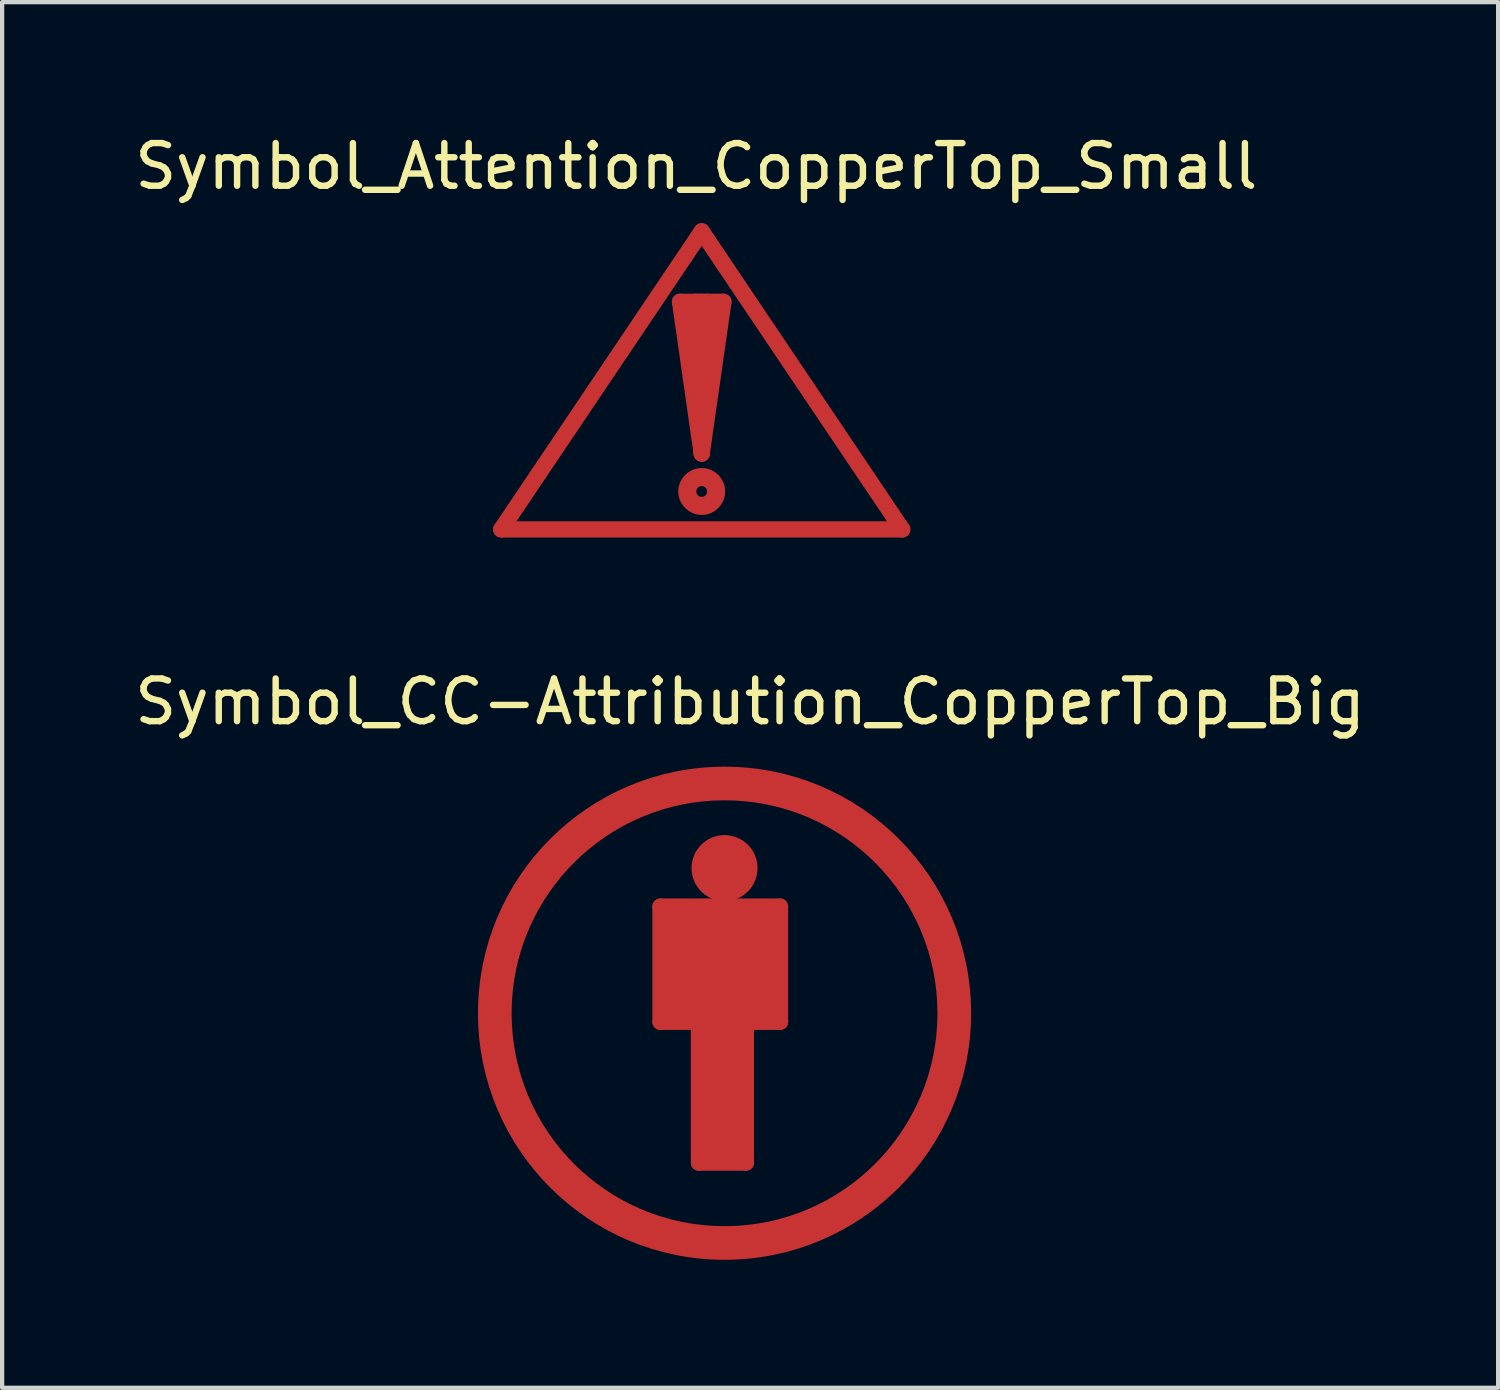
<source format=kicad_pcb>
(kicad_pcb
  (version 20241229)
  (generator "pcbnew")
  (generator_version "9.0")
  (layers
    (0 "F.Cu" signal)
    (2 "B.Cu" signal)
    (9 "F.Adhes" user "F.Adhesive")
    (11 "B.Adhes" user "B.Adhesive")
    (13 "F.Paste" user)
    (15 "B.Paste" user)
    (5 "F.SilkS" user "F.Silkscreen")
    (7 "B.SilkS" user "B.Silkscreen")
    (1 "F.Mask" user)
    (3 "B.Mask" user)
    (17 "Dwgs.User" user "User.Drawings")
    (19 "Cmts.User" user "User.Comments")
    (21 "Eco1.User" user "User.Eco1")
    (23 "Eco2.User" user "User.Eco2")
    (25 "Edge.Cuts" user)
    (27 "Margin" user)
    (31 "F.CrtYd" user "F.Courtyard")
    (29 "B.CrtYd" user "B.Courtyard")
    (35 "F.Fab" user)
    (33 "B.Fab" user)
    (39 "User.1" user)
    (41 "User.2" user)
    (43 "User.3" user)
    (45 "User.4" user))
  (footprint "Symbol_Attention_CopperTop_Small"
    (layer "F.Cu")
    (at 13.395 6.563)
    (property "Reference" "Symbol_Attention_CopperTop_Small" (at -0.127 -5.715 0) (layer "F.SilkS") (effects (font (size 1 1) (thickness 0.15))))
    (attr through_hole)
    (fp_line (start -4.699 2.794) (end 0 -4.191) (stroke (width 0.381) (type solid)) (layer "F.Cu"))
    (fp_line (start -0.508 -2.54) (end 0 -2.54) (stroke (width 0.381) (type solid)) (layer "F.Cu"))
    (fp_line (start 0 -4.191) (end 4.699 2.794) (stroke (width 0.381) (type solid)) (layer "F.Cu"))
    (fp_line (start 0 -2.54) (end 0.508 -2.54) (stroke (width 0.381) (type solid)) (layer "F.Cu"))
    (fp_line (start 0 0.889) (end 0.127 -2.54) (stroke (width 0.381) (type solid)) (layer "F.Cu"))
    (fp_line (start 0 1.016) (end -0.508 -2.54) (stroke (width 0.381) (type solid)) (layer "F.Cu"))
    (fp_line (start 0 1.016) (end -0.127 -2.54) (stroke (width 0.381) (type solid)) (layer "F.Cu"))
    (fp_line (start 0.508 -2.54) (end 0 1.016) (stroke (width 0.381) (type solid)) (layer "F.Cu"))
    (fp_line (start 4.699 2.794) (end -4.699 2.794) (stroke (width 0.381) (type solid)) (layer "F.Cu"))
    (fp_circle (center 0 1.905) (end 0 2.032) (stroke (width 0.381) (type solid)) (fill no) (layer "F.Cu"))
    (fp_circle (center 0 1.905) (end 0.254 2.159) (stroke (width 0.381) (type solid)) (fill no) (layer "F.Cu")))
  (footprint "Symbol_CC-Attribution_CopperTop_Big"
    (layer "F.Cu")
    (at 13.93 20.696)
    (property "Reference" "Symbol_CC-Attribution_CopperTop_Big" (at 0.599 -7.3 0) (layer "F.SilkS") (effects (font (size 1 1) (thickness 0.15))))
    (attr through_hole)
    (fp_line (start -5.4 0.099) (end -5.199 1.3) (stroke (width 0.381) (type solid)) (layer "F.Cu"))
    (fp_line (start -5.301 -1.1) (end -5.4 0.099) (stroke (width 0.381) (type solid)) (layer "F.Cu"))
    (fp_line (start -5.199 1.3) (end -4.801 2.4) (stroke (width 0.381) (type solid)) (layer "F.Cu"))
    (fp_line (start -5.001 -2.101) (end -5.301 -1.1) (stroke (width 0.381) (type solid)) (layer "F.Cu"))
    (fp_line (start -4.801 2.4) (end -3.8 3.899) (stroke (width 0.381) (type solid)) (layer "F.Cu"))
    (fp_line (start -4.501 -3) (end -5.001 -2.101) (stroke (width 0.381) (type solid)) (layer "F.Cu"))
    (fp_line (start -4 -3.599) (end -4.501 -3) (stroke (width 0.381) (type solid)) (layer "F.Cu"))
    (fp_line (start -3.8 3.899) (end -2.601 4.801) (stroke (width 0.381) (type solid)) (layer "F.Cu"))
    (fp_line (start -3.299 -4.201) (end -4 -3.599) (stroke (width 0.381) (type solid)) (layer "F.Cu"))
    (fp_line (start -2.7 -4.699) (end -3.299 -4.201) (stroke (width 0.381) (type solid)) (layer "F.Cu"))
    (fp_line (start -2.601 4.801) (end -1.3 5.301) (stroke (width 0.381) (type solid)) (layer "F.Cu"))
    (fp_line (start -1.999 -4.9) (end -2.7 -4.699) (stroke (width 0.381) (type solid)) (layer "F.Cu"))
    (fp_line (start -1.501 -2.499) (end 1.3 -2.499) (stroke (width 0.381) (type solid)) (layer "F.Cu"))
    (fp_line (start -1.501 0.201) (end -1.501 -2.499) (stroke (width 0.381) (type solid)) (layer "F.Cu"))
    (fp_line (start -1.4 -2.2) (end 1.1 -2.2) (stroke (width 0.381) (type solid)) (layer "F.Cu"))
    (fp_line (start -1.4 -1.9) (end -1.4 -1.501) (stroke (width 0.381) (type solid)) (layer "F.Cu"))
    (fp_line (start -1.4 -1.6) (end 1.199 -1.6) (stroke (width 0.381) (type solid)) (layer "F.Cu"))
    (fp_line (start -1.4 -1.501) (end -1.4 -1.6) (stroke (width 0.381) (type solid)) (layer "F.Cu"))
    (fp_line (start -1.4 -0.8) (end -1.4 -0.5) (stroke (width 0.381) (type solid)) (layer "F.Cu"))
    (fp_line (start -1.4 -0.5) (end 1.1 -0.5) (stroke (width 0.381) (type solid)) (layer "F.Cu"))
    (fp_line (start -1.4 -0.3) (end -1.4 -0.099) (stroke (width 0.381) (type solid)) (layer "F.Cu"))
    (fp_line (start -1.4 -0.099) (end 1.1 -0.099) (stroke (width 0.381) (type solid)) (layer "F.Cu"))
    (fp_line (start -1.3 -5.1) (end -1.999 -4.9) (stroke (width 0.381) (type solid)) (layer "F.Cu"))
    (fp_line (start -1.3 -1.3) (end -1.3 -1.1) (stroke (width 0.381) (type solid)) (layer "F.Cu"))
    (fp_line (start -1.3 -1.1) (end 1.1 -1.1) (stroke (width 0.381) (type solid)) (layer "F.Cu"))
    (fp_line (start -1.3 5.301) (end 0.099 5.301) (stroke (width 0.381) (type solid)) (layer "F.Cu"))
    (fp_line (start -0.599 0.3) (end -0.599 3.5) (stroke (width 0.381) (type solid)) (layer "F.Cu"))
    (fp_line (start -0.599 3.5) (end 0.5 3.5) (stroke (width 0.381) (type solid)) (layer "F.Cu"))
    (fp_line (start -0.5 -5.4) (end -1.3 -5.1) (stroke (width 0.381) (type solid)) (layer "F.Cu"))
    (fp_line (start -0.399 0.3) (end -0.399 3.299) (stroke (width 0.381) (type solid)) (layer "F.Cu"))
    (fp_line (start -0.399 3.299) (end -0.201 3.299) (stroke (width 0.381) (type solid)) (layer "F.Cu"))
    (fp_line (start -0.3 -3.8) (end -0.3 -3.099) (stroke (width 0.381) (type solid)) (layer "F.Cu"))
    (fp_line (start -0.201 0.3) (end 0.099 0.3) (stroke (width 0.381) (type solid)) (layer "F.Cu"))
    (fp_line (start -0.201 3.299) (end -0.201 0.3) (stroke (width 0.381) (type solid)) (layer "F.Cu"))
    (fp_line (start 0 -5.4) (end -0.5 -5.4) (stroke (width 0.381) (type solid)) (layer "F.Cu"))
    (fp_line (start 0 -3.8) (end 0 -3) (stroke (width 0.381) (type solid)) (layer "F.Cu"))
    (fp_line (start 0.099 0.3) (end 0.099 3.401) (stroke (width 0.381) (type solid)) (layer "F.Cu"))
    (fp_line (start 0.099 3.401) (end 0.3 3.401) (stroke (width 0.381) (type solid)) (layer "F.Cu"))
    (fp_line (start 0.099 5.301) (end 1.6 5.199) (stroke (width 0.381) (type solid)) (layer "F.Cu"))
    (fp_line (start 0.3 -3.8) (end 0.3 -3) (stroke (width 0.381) (type solid)) (layer "F.Cu"))
    (fp_line (start 0.3 3.401) (end 0.3 0.3) (stroke (width 0.381) (type solid)) (layer "F.Cu"))
    (fp_line (start 0.5 3.5) (end 0.5 0.3) (stroke (width 0.381) (type solid)) (layer "F.Cu"))
    (fp_line (start 1.1 -1.1) (end 1.1 -0.8) (stroke (width 0.381) (type solid)) (layer "F.Cu"))
    (fp_line (start 1.1 -0.8) (end -1.4 -0.8) (stroke (width 0.381) (type solid)) (layer "F.Cu"))
    (fp_line (start 1.1 -0.5) (end 1.1 -0.3) (stroke (width 0.381) (type solid)) (layer "F.Cu"))
    (fp_line (start 1.1 -0.3) (end -1.4 -0.3) (stroke (width 0.381) (type solid)) (layer "F.Cu"))
    (fp_line (start 1.199 -1.9) (end -1.4 -1.9) (stroke (width 0.381) (type solid)) (layer "F.Cu"))
    (fp_line (start 1.199 -1.6) (end 1.199 -1.3) (stroke (width 0.381) (type solid)) (layer "F.Cu"))
    (fp_line (start 1.199 -1.3) (end -1.3 -1.3) (stroke (width 0.381) (type solid)) (layer "F.Cu"))
    (fp_line (start 1.3 -2.499) (end 1.3 0.201) (stroke (width 0.381) (type solid)) (layer "F.Cu"))
    (fp_line (start 1.3 0.201) (end -1.501 0.201) (stroke (width 0.381) (type solid)) (layer "F.Cu"))
    (fp_line (start 1.4 -5.199) (end 0 -5.301) (stroke (width 0.381) (type solid)) (layer "F.Cu"))
    (fp_line (start 1.6 5.199) (end 2.601 4.699) (stroke (width 0.381) (type solid)) (layer "F.Cu"))
    (fp_line (start 2.4 -4.801) (end 1.4 -5.199) (stroke (width 0.381) (type solid)) (layer "F.Cu"))
    (fp_line (start 2.601 4.699) (end 4.201 3.401) (stroke (width 0.381) (type solid)) (layer "F.Cu"))
    (fp_line (start 3.401 -4.1) (end 2.4 -4.801) (stroke (width 0.381) (type solid)) (layer "F.Cu"))
    (fp_line (start 4.201 3.401) (end 5.001 1.801) (stroke (width 0.381) (type solid)) (layer "F.Cu"))
    (fp_line (start 4.699 -2.499) (end 3.401 -4.1) (stroke (width 0.381) (type solid)) (layer "F.Cu"))
    (fp_line (start 5.001 1.801) (end 5.4 0.3) (stroke (width 0.381) (type solid)) (layer "F.Cu"))
    (fp_line (start 5.199 -1.4) (end 4.699 -2.499) (stroke (width 0.381) (type solid)) (layer "F.Cu"))
    (fp_line (start 5.4 0.3) (end 5.199 -1.4) (stroke (width 0.381) (type solid)) (layer "F.Cu"))
    (fp_circle (center 0 -3.401) (end 0.3 -2.901) (stroke (width 0.381) (type solid)) (fill no) (layer "F.Cu"))
    (fp_circle (center 0 0) (end 5.08 1.016) (stroke (width 0.381) (type solid)) (fill no) (layer "F.Cu"))
    (fp_circle (center 0 0) (end 5.588 0) (stroke (width 0.381) (type solid)) (fill no) (layer "F.Cu")))
  (gr_rect
    (start -3 -3)
    (end 32.06 29.474)
    (stroke (width 0.1) (type default))
    (fill no)
    (layer "Edge.Cuts")))
</source>
